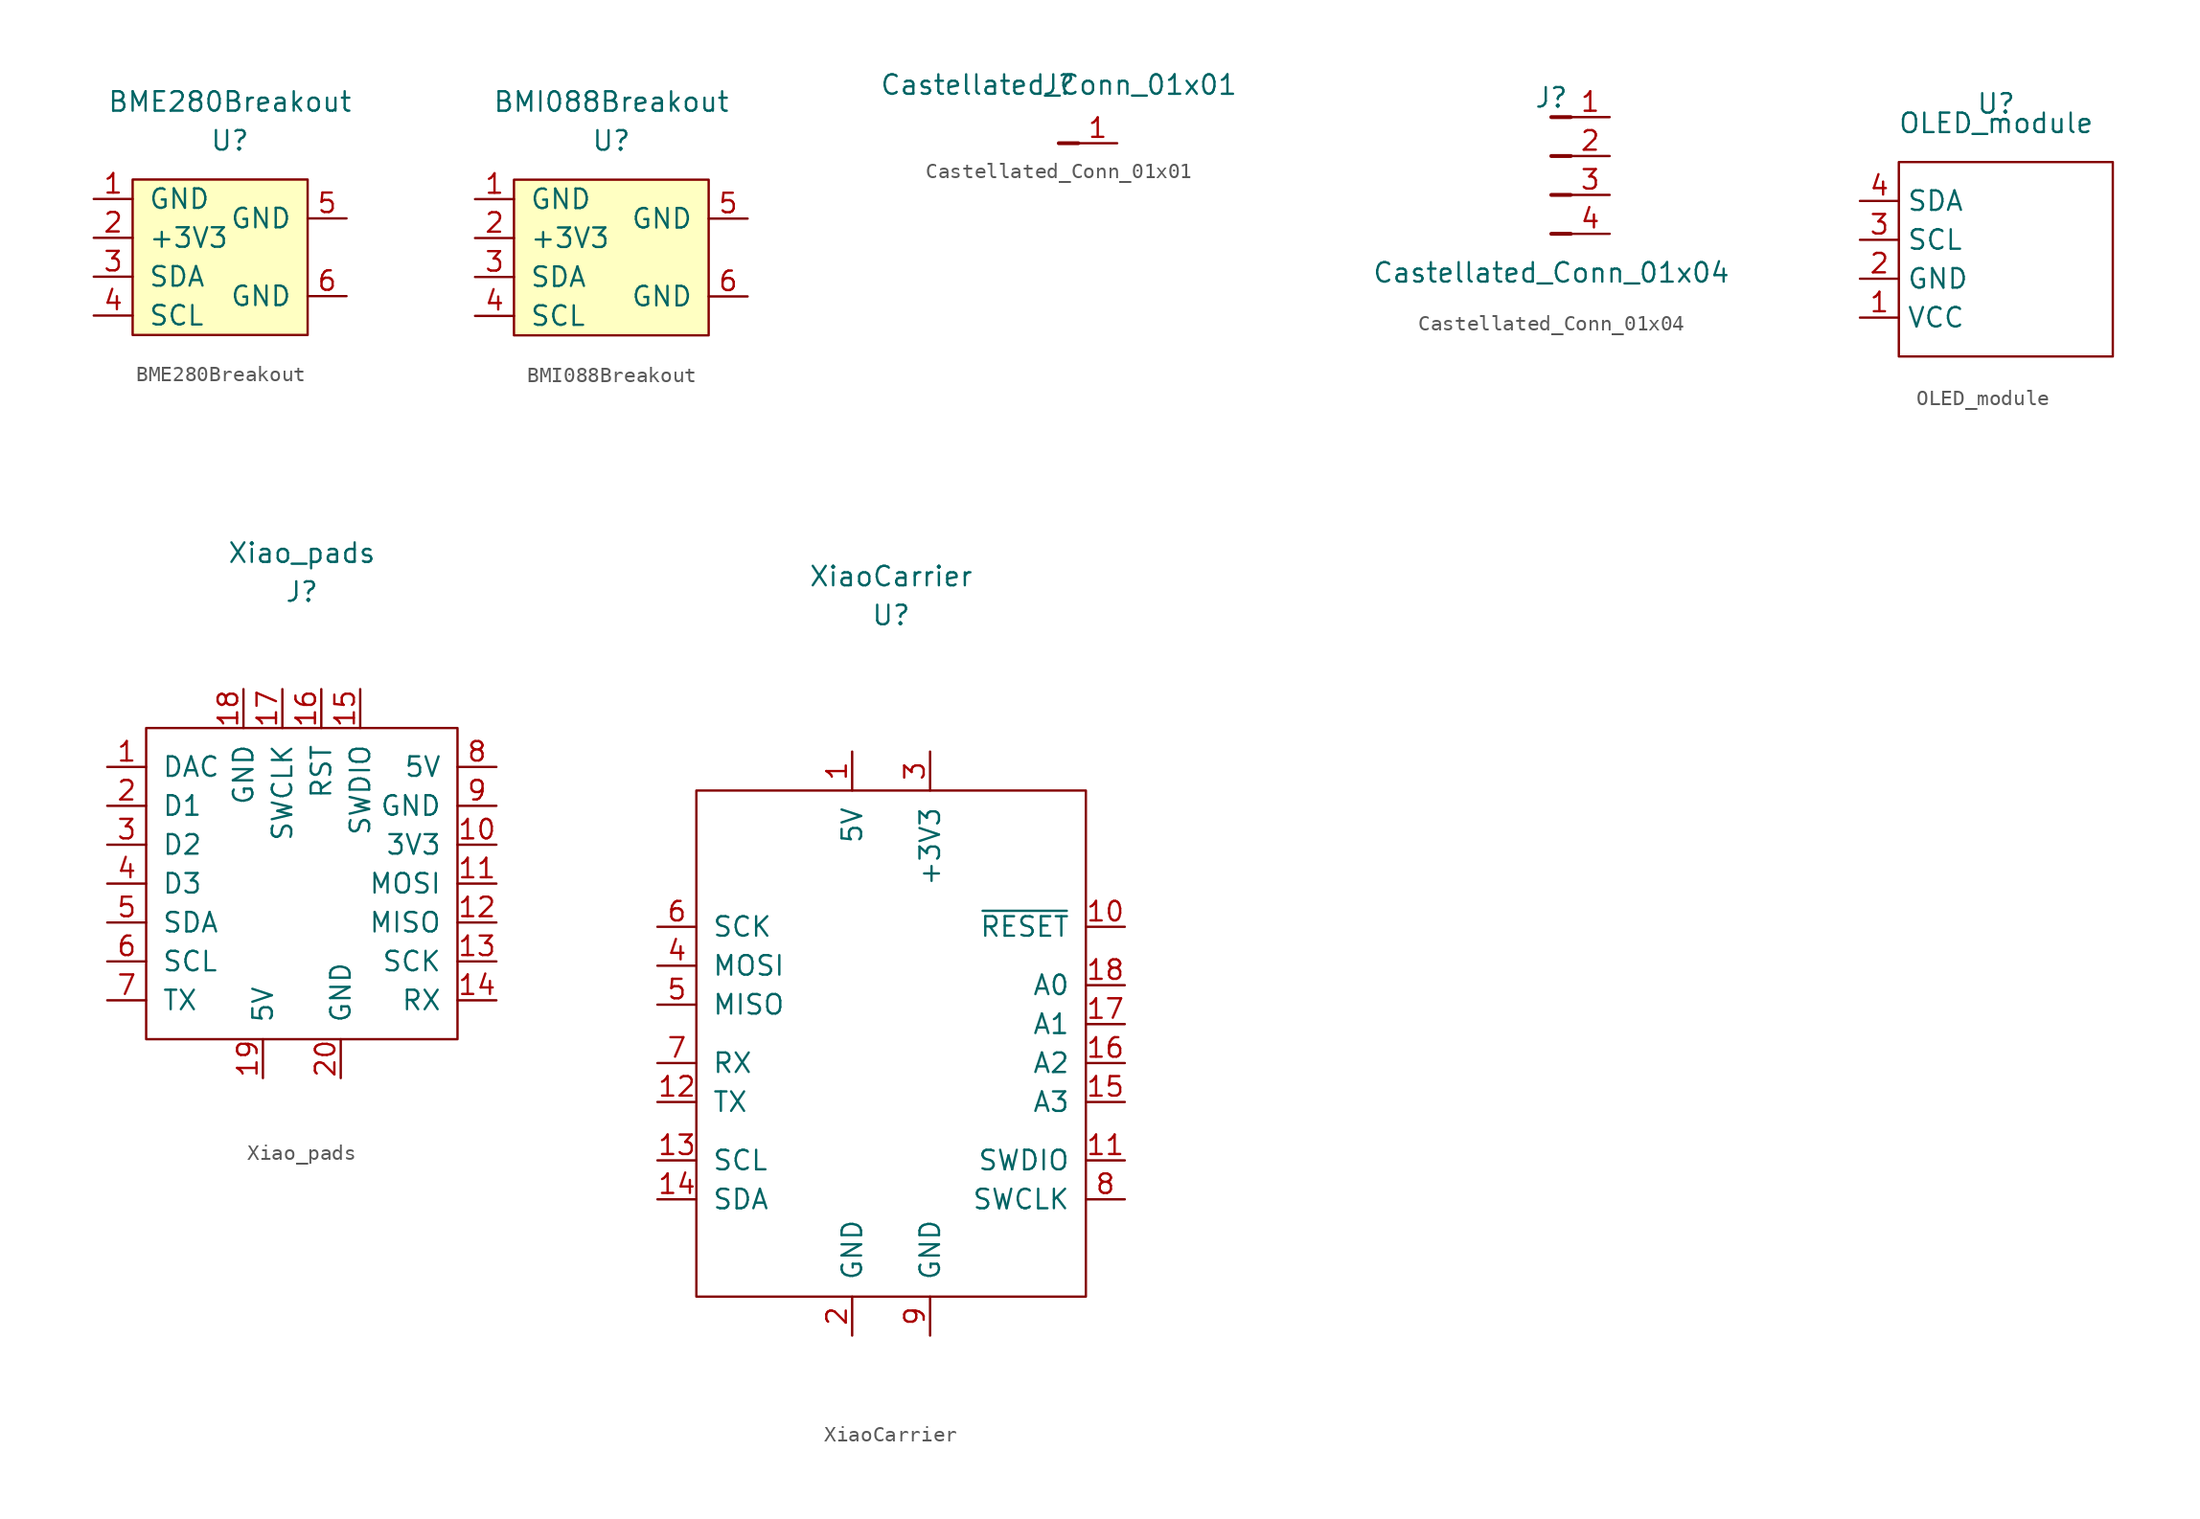
<source format=kicad_sym>
(kicad_symbol_lib
  (version 20211014)
  (generator kicad_symbol_editor)
  (symbol "BME280Breakout"
    (pin_names
      (offset 1.016))
    (property "Reference" "U"
      (at 0 0 0)
      (effects (font (size 1.27 1.27))))
    (property "Value" "BME280Breakout"
      (at 0 2.54 0)
      (effects (font (size 1.27 1.27))))
    (symbol "BME280Breakout_0_1"
      (rectangle (start -6.35 -2.54) (end 5.08 -12.7) (stroke (width 0) (type default) (color 0 0 0 0)) (fill (type background))))
    (symbol "BME280Breakout_1_1"
      (pin passive line (at -8.89 -3.81 0) (length 2.54) (name "GND" (effects (font (size 1.27 1.27)))) (number "1" (effects (font (size 1.27 1.27)))))
      (pin power_in line (at -8.89 -6.35 0) (length 2.54) (name "+3V3" (effects (font (size 1.27 1.27)))) (number "2" (effects (font (size 1.27 1.27)))))
      (pin bidirectional line (at -8.89 -8.89 0) (length 2.54) (name "SDA" (effects (font (size 1.27 1.27)))) (number "3" (effects (font (size 1.27 1.27)))))
      (pin input line (at -8.89 -11.43 0) (length 2.54) (name "SCL" (effects (font (size 1.27 1.27)))) (number "4" (effects (font (size 1.27 1.27)))))
      (pin passive line (at 7.62 -5.08 180) (length 2.54) (name "GND" (effects (font (size 1.27 1.27)))) (number "5" (effects (font (size 1.27 1.27)))))
      (pin passive line (at 7.62 -10.16 180) (length 2.54) (name "GND" (effects (font (size 1.27 1.27)))) (number "6" (effects (font (size 1.27 1.27)))))))
  (symbol "BMI088Breakout"
    (pin_names
      (offset 1.016))
    (property "Reference" "U"
      (at 0 0 0)
      (effects (font (size 1.27 1.27))))
    (property "Value" "BMI088Breakout"
      (at 0 2.54 0)
      (effects (font (size 1.27 1.27))))
    (symbol "BMI088Breakout_0_1"
      (rectangle (start -6.35 -2.54) (end 6.35 -12.7) (stroke (width 0) (type default) (color 0 0 0 0)) (fill (type background))))
    (symbol "BMI088Breakout_1_1"
      (pin input line (at -8.89 -3.81 0) (length 2.54) (name "GND" (effects (font (size 1.27 1.27)))) (number "1" (effects (font (size 1.27 1.27)))))
      (pin input line (at -8.89 -6.35 0) (length 2.54) (name "+3V3" (effects (font (size 1.27 1.27)))) (number "2" (effects (font (size 1.27 1.27)))))
      (pin input line (at -8.89 -8.89 0) (length 2.54) (name "SDA" (effects (font (size 1.27 1.27)))) (number "3" (effects (font (size 1.27 1.27)))))
      (pin input line (at -8.89 -11.43 0) (length 2.54) (name "SCL" (effects (font (size 1.27 1.27)))) (number "4" (effects (font (size 1.27 1.27)))))
      (pin input line (at 8.89 -5.08 180) (length 2.54) (name "GND" (effects (font (size 1.27 1.27)))) (number "5" (effects (font (size 1.27 1.27)))))
      (pin input line (at 8.89 -10.16 180) (length 2.54) (name "GND" (effects (font (size 1.27 1.27)))) (number "6" (effects (font (size 1.27 1.27)))))))
  (symbol "Castellated_Conn_01x01"
    (pin_names
      (offset 1.016))
    (property "Reference" "J"
      (at 0 0 0)
      (effects (font (size 1.27 1.27))))
    (property "Value" "Castellated_Conn_01x01"
      (at 0 0 0)
      (effects (font (size 1.27 1.27))))
    (symbol "Castellated_Conn_01x01_1_1"
      (polyline (pts (xy 1.27 -3.81) (xy 0 -3.81)) (stroke (width 0.254) (type default) (color 0 0 0 0)) (fill (type none)))
      (pin passive line (at 3.81 -3.81 180) (length 2.54) (name "~" (effects (font (size 1.27 1.27)))) (number "1" (effects (font (size 1.27 1.27)))))))
  (symbol "Castellated_Conn_01x04"
    (pin_names
      (offset 1.016))
    (property "Reference" "J"
      (at 0 0 0)
      (effects (font (size 1.27 1.27))))
    (property "Value" "Castellated_Conn_01x04"
      (at 0 -11.43 0)
      (effects (font (size 1.27 1.27))))
    (symbol "Castellated_Conn_01x04_0_1"
      (polyline (pts (xy 1.27 -1.27) (xy 0 -1.27)) (stroke (width 0.254) (type default) (color 0 0 0 0)) (fill (type none))))
    (symbol "Castellated_Conn_01x04_1_1"
      (polyline (pts (xy 1.27 -8.89) (xy 0 -8.89)) (stroke (width 0.254) (type default) (color 0 0 0 0)) (fill (type none)))
      (polyline (pts (xy 1.27 -6.35) (xy 0 -6.35)) (stroke (width 0.254) (type default) (color 0 0 0 0)) (fill (type none)))
      (polyline (pts (xy 1.27 -3.81) (xy 0 -3.81)) (stroke (width 0.254) (type default) (color 0 0 0 0)) (fill (type none)))
      (pin passive line (at 3.81 -1.27 180) (length 2.54) (name "~" (effects (font (size 1.27 1.27)))) (number "1" (effects (font (size 1.27 1.27)))))
      (pin passive line (at 3.81 -3.81 180) (length 2.54) (name "~" (effects (font (size 1.27 1.27)))) (number "2" (effects (font (size 1.27 1.27)))))
      (pin passive line (at 3.81 -6.35 180) (length 2.54) (name "~" (effects (font (size 1.27 1.27)))) (number "3" (effects (font (size 1.27 1.27)))))
      (pin passive line (at 3.81 -8.89 180) (length 2.54) (name "~" (effects (font (size 1.27 1.27)))) (number "4" (effects (font (size 1.27 1.27)))))))
  (symbol "OLED_module"
    (property "Reference" "U"
      (at 0 0 0)
      (effects (font (size 1.27 1.27))))
    (property "Value" "OLED_module"
      (at 0 -1.27 0)
      (effects (font (size 1.27 1.27))))
    (symbol "OLED_module_0_1"
      (rectangle (start -6.35 -3.81) (end 7.62 -16.51) (stroke (width 0) (type default) (color 0 0 0 0)) (fill (type none))))
    (symbol "OLED_module_1_1"
      (pin power_in line (at -8.89 -13.97 0) (length 2.54) (name "VCC" (effects (font (size 1.27 1.27)))) (number "1" (effects (font (size 1.27 1.27)))))
      (pin passive line (at -8.89 -11.43 0) (length 2.54) (name "GND" (effects (font (size 1.27 1.27)))) (number "2" (effects (font (size 1.27 1.27)))))
      (pin input line (at -8.89 -8.89 0) (length 2.54) (name "SCL" (effects (font (size 1.27 1.27)))) (number "3" (effects (font (size 1.27 1.27)))))
      (pin bidirectional line (at -8.89 -6.35 0) (length 2.54) (name "SDA" (effects (font (size 1.27 1.27)))) (number "4" (effects (font (size 1.27 1.27)))))))
  (symbol "Xiao_pads"
    (pin_names
      (offset 1.016))
    (property "Reference" "J"
      (at 0 0 0)
      (effects (font (size 1.27 1.27))))
    (property "Value" "Xiao_pads"
      (at 0 2.54 0)
      (effects (font (size 1.27 1.27))))
    (symbol "Xiao_pads_0_1"
      (rectangle (start -10.16 -8.89) (end 10.16 -29.21) (stroke (width 0) (type default) (color 0 0 0 0)) (fill (type none))))
    (symbol "Xiao_pads_1_1"
      (pin input line (at -12.7 -11.43 0) (length 2.54) (name "DAC" (effects (font (size 1.27 1.27)))) (number "1" (effects (font (size 1.27 1.27)))))
      (pin input line (at 12.7 -16.51 180) (length 2.54) (name "3V3" (effects (font (size 1.27 1.27)))) (number "10" (effects (font (size 1.27 1.27)))))
      (pin input line (at 12.7 -19.05 180) (length 2.54) (name "MOSI" (effects (font (size 1.27 1.27)))) (number "11" (effects (font (size 1.27 1.27)))))
      (pin input line (at 12.7 -21.59 180) (length 2.54) (name "MISO" (effects (font (size 1.27 1.27)))) (number "12" (effects (font (size 1.27 1.27)))))
      (pin input line (at 12.7 -24.13 180) (length 2.54) (name "SCK" (effects (font (size 1.27 1.27)))) (number "13" (effects (font (size 1.27 1.27)))))
      (pin input line (at 12.7 -26.67 180) (length 2.54) (name "RX" (effects (font (size 1.27 1.27)))) (number "14" (effects (font (size 1.27 1.27)))))
      (pin input line (at 3.81 -6.35 270) (length 2.54) (name "SWDIO" (effects (font (size 1.27 1.27)))) (number "15" (effects (font (size 1.27 1.27)))))
      (pin input line (at 1.27 -6.35 270) (length 2.54) (name "RST" (effects (font (size 1.27 1.27)))) (number "16" (effects (font (size 1.27 1.27)))))
      (pin input line (at -1.27 -6.35 270) (length 2.54) (name "SWCLK" (effects (font (size 1.27 1.27)))) (number "17" (effects (font (size 1.27 1.27)))))
      (pin input line (at -3.81 -6.35 270) (length 2.54) (name "GND" (effects (font (size 1.27 1.27)))) (number "18" (effects (font (size 1.27 1.27)))))
      (pin input line (at -2.54 -31.75 90) (length 2.54) (name "5V" (effects (font (size 1.27 1.27)))) (number "19" (effects (font (size 1.27 1.27)))))
      (pin input line (at -12.7 -13.97 0) (length 2.54) (name "D1" (effects (font (size 1.27 1.27)))) (number "2" (effects (font (size 1.27 1.27)))))
      (pin input line (at 2.54 -31.75 90) (length 2.54) (name "GND" (effects (font (size 1.27 1.27)))) (number "20" (effects (font (size 1.27 1.27)))))
      (pin input line (at -12.7 -16.51 0) (length 2.54) (name "D2" (effects (font (size 1.27 1.27)))) (number "3" (effects (font (size 1.27 1.27)))))
      (pin input line (at -12.7 -19.05 0) (length 2.54) (name "D3" (effects (font (size 1.27 1.27)))) (number "4" (effects (font (size 1.27 1.27)))))
      (pin input line (at -12.7 -21.59 0) (length 2.54) (name "SDA" (effects (font (size 1.27 1.27)))) (number "5" (effects (font (size 1.27 1.27)))))
      (pin input line (at -12.7 -24.13 0) (length 2.54) (name "SCL" (effects (font (size 1.27 1.27)))) (number "6" (effects (font (size 1.27 1.27)))))
      (pin input line (at -12.7 -26.67 0) (length 2.54) (name "TX" (effects (font (size 1.27 1.27)))) (number "7" (effects (font (size 1.27 1.27)))))
      (pin input line (at 12.7 -11.43 180) (length 2.54) (name "5V" (effects (font (size 1.27 1.27)))) (number "8" (effects (font (size 1.27 1.27)))))
      (pin input line (at 12.7 -13.97 180) (length 2.54) (name "GND" (effects (font (size 1.27 1.27)))) (number "9" (effects (font (size 1.27 1.27)))))))
  (symbol "XiaoCarrier"
    (pin_names
      (offset 1.016))
    (property "Reference" "U"
      (at 0 0 0)
      (effects (font (size 1.27 1.27))))
    (property "Value" "XiaoCarrier"
      (at 0 2.54 0)
      (effects (font (size 1.27 1.27))))
    (symbol "XiaoCarrier_0_1"
      (rectangle (start -12.7 -11.43) (end 12.7 -44.45) (stroke (width 0) (type default) (color 0 0 0 0)) (fill (type none))))
    (symbol "XiaoCarrier_1_1"
      (pin power_in line (at -2.54 -8.89 270) (length 2.54) (name "5V" (effects (font (size 1.27 1.27)))) (number "1" (effects (font (size 1.27 1.27)))))
      (pin input line (at 15.24 -20.32 180) (length 2.54) (name "~{RESET}" (effects (font (size 1.27 1.27)))) (number "10" (effects (font (size 1.27 1.27)))))
      (pin bidirectional line (at 15.24 -35.56 180) (length 2.54) (name "SWDIO" (effects (font (size 1.27 1.27)))) (number "11" (effects (font (size 1.27 1.27)))))
      (pin bidirectional line (at -15.24 -31.75 0) (length 2.54) (name "TX" (effects (font (size 1.27 1.27)))) (number "12" (effects (font (size 1.27 1.27)))))
      (pin bidirectional line (at -15.24 -35.56 0) (length 2.54) (name "SCL" (effects (font (size 1.27 1.27)))) (number "13" (effects (font (size 1.27 1.27)))))
      (pin bidirectional line (at -15.24 -38.1 0) (length 2.54) (name "SDA" (effects (font (size 1.27 1.27)))) (number "14" (effects (font (size 1.27 1.27)))))
      (pin bidirectional line (at 15.24 -31.75 180) (length 2.54) (name "A3" (effects (font (size 1.27 1.27)))) (number "15" (effects (font (size 1.27 1.27)))))
      (pin bidirectional line (at 15.24 -29.21 180) (length 2.54) (name "A2" (effects (font (size 1.27 1.27)))) (number "16" (effects (font (size 1.27 1.27)))))
      (pin bidirectional line (at 15.24 -26.67 180) (length 2.54) (name "A1" (effects (font (size 1.27 1.27)))) (number "17" (effects (font (size 1.27 1.27)))))
      (pin bidirectional line (at 15.24 -24.13 180) (length 2.54) (name "A0" (effects (font (size 1.27 1.27)))) (number "18" (effects (font (size 1.27 1.27)))))
      (pin power_in line (at -2.54 -46.99 90) (length 2.54) (name "GND" (effects (font (size 1.27 1.27)))) (number "2" (effects (font (size 1.27 1.27)))))
      (pin power_in line (at 2.54 -8.89 270) (length 2.54) (name "+3V3" (effects (font (size 1.27 1.27)))) (number "3" (effects (font (size 1.27 1.27)))))
      (pin bidirectional line (at -15.24 -22.86 0) (length 2.54) (name "MOSI" (effects (font (size 1.27 1.27)))) (number "4" (effects (font (size 1.27 1.27)))))
      (pin bidirectional line (at -15.24 -25.4 0) (length 2.54) (name "MISO" (effects (font (size 1.27 1.27)))) (number "5" (effects (font (size 1.27 1.27)))))
      (pin bidirectional line (at -15.24 -20.32 0) (length 2.54) (name "SCK" (effects (font (size 1.27 1.27)))) (number "6" (effects (font (size 1.27 1.27)))))
      (pin bidirectional line (at -15.24 -29.21 0) (length 2.54) (name "RX" (effects (font (size 1.27 1.27)))) (number "7" (effects (font (size 1.27 1.27)))))
      (pin bidirectional line (at 15.24 -38.1 180) (length 2.54) (name "SWCLK" (effects (font (size 1.27 1.27)))) (number "8" (effects (font (size 1.27 1.27)))))
      (pin power_in line (at 2.54 -46.99 90) (length 2.54) (name "GND" (effects (font (size 1.27 1.27)))) (number "9" (effects (font (size 1.27 1.27))))))))
</source>
